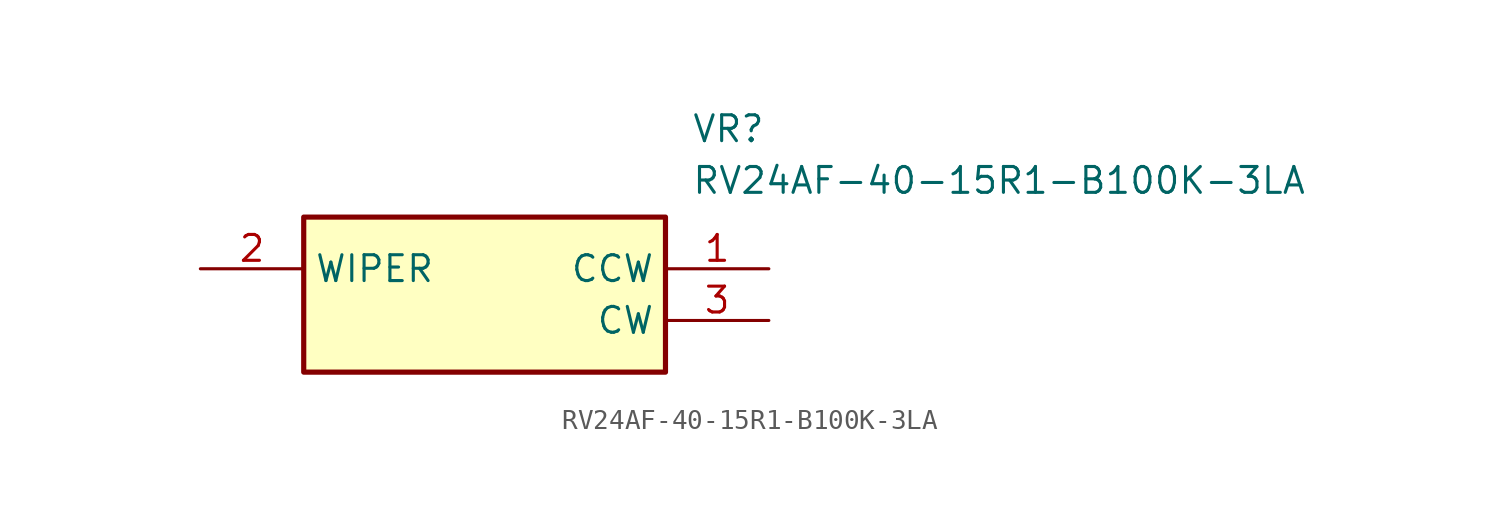
<source format=kicad_sym>
(kicad_symbol_lib
  (version 20211014)
  (generator SamacSys_ECAD_Model)
  (symbol "RV24AF-40-15R1-B100K-3LA"
    (property "Reference" "VR"
      (at 24.13 7.62 0)
      (effects (font (size 1.27 1.27)) (justify left top)))
    (property "Value" "RV24AF-40-15R1-B100K-3LA"
      (at 24.13 5.08 0)
      (effects (font (size 1.27 1.27)) (justify left top)))
    (rectangle
      (start 5.08 2.54)
      (end 22.86 -5.08)
      (stroke (width 0.254) (type default))
      (fill (type background)))
    (pin passive line
      (at 27.94 0 180)
      (length 5.08)
      (name "CCW" (effects (font (size 1.27 1.27))))
      (number "1" (effects (font (size 1.27 1.27)))))
    (pin passive line
      (at 0 0 0)
      (length 5.08)
      (name "WIPER" (effects (font (size 1.27 1.27))))
      (number "2" (effects (font (size 1.27 1.27)))))
    (pin passive line
      (at 27.94 -2.54 180)
      (length 5.08)
      (name "CW" (effects (font (size 1.27 1.27))))
      (number "3" (effects (font (size 1.27 1.27)))))))
</source>
